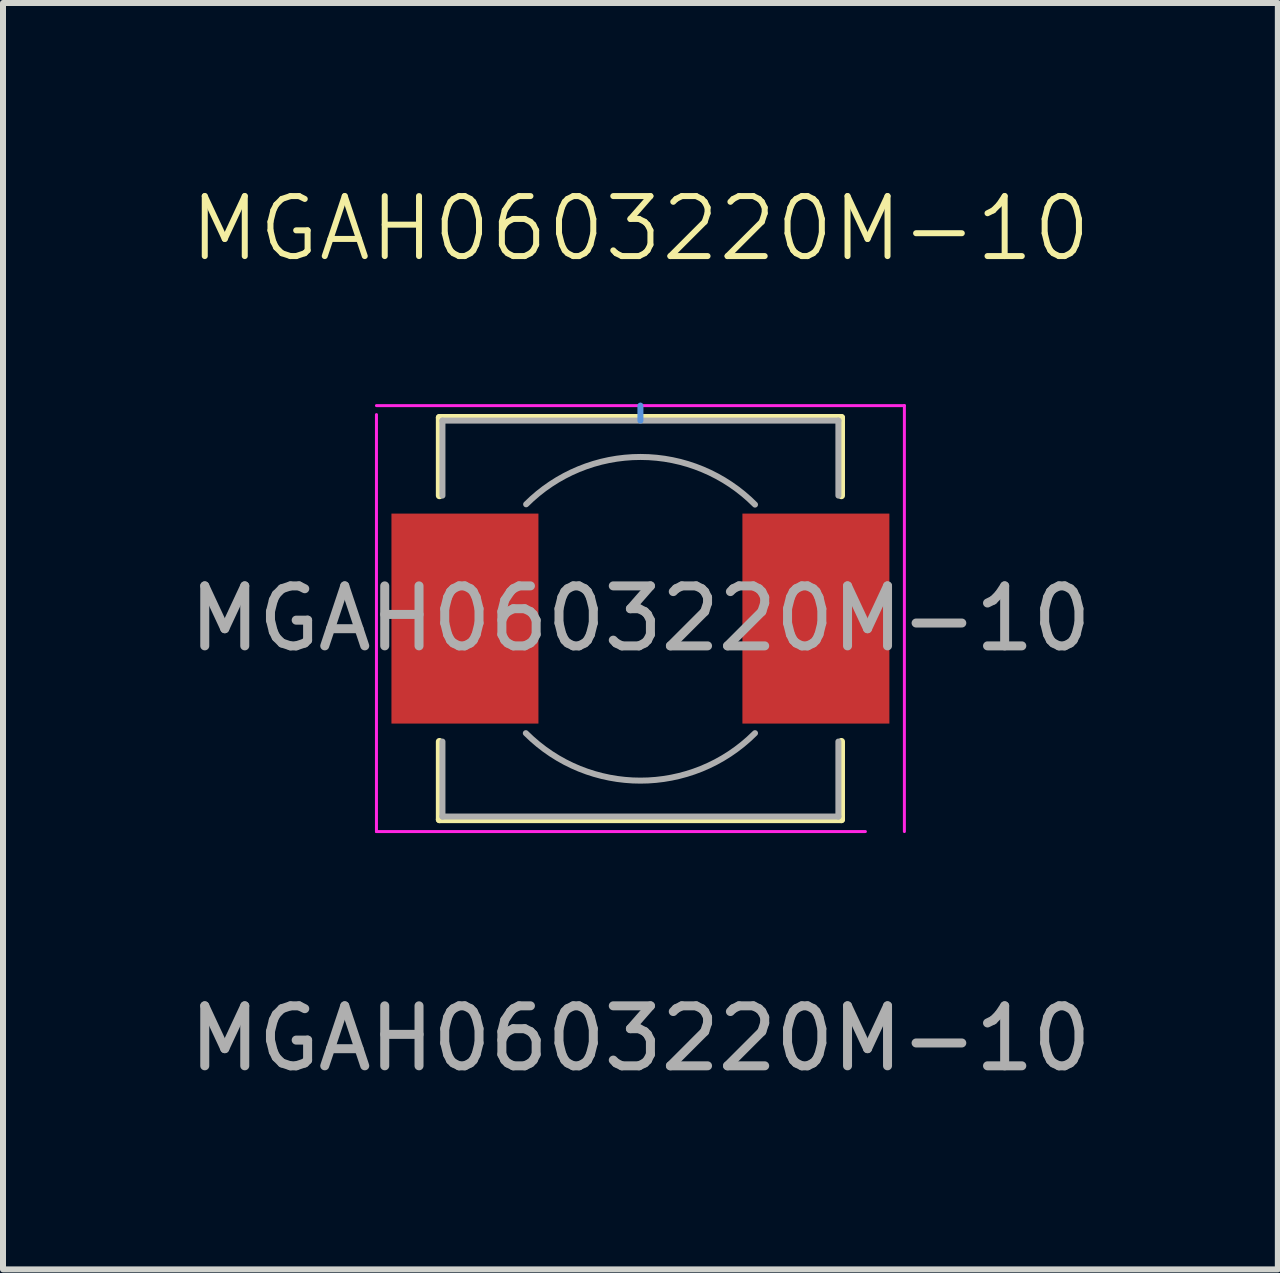
<source format=kicad_pcb>
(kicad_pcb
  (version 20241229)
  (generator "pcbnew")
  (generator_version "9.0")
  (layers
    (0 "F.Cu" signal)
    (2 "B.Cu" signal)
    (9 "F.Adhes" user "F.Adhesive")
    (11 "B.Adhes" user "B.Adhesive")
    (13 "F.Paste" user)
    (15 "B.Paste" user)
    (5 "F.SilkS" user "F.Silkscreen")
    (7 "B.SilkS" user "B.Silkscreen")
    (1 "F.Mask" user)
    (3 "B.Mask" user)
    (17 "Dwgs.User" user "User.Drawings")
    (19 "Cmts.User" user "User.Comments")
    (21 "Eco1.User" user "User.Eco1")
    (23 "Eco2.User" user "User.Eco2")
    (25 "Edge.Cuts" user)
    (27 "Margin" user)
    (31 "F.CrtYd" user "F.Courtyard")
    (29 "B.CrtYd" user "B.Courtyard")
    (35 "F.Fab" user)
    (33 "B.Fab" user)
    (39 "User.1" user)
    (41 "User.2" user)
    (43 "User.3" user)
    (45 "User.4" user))
  (footprint "MGAH0603220M-10"
    (layer "F.Cu")
    (at 7.625 7.261)
    (property "Reference" "MGAH0603220M-10" (at 0 -6.5 0) (unlocked yes) (layer "F.SilkS") (effects (font (size 1 1) (thickness 0.1))))
    (attr smd)
    (fp_line (start -3.35 -3.35) (end 3.35 -3.35) (stroke (width 0.12) (type solid)) (layer "F.SilkS"))
    (fp_line (start -3.35 -2.05) (end -3.35 -3.35) (stroke (width 0.12) (type solid)) (layer "F.SilkS"))
    (fp_line (start -3.35 3.35) (end -3.35 2.05) (stroke (width 0.12) (type solid)) (layer "F.SilkS"))
    (fp_line (start 3.35 -3.35) (end 3.35 -2.05) (stroke (width 0.12) (type solid)) (layer "F.SilkS"))
    (fp_line (start 3.35 2.05) (end 3.35 3.35) (stroke (width 0.12) (type solid)) (layer "F.SilkS"))
    (fp_line (start 3.35 3.35) (end -3.35 3.35) (stroke (width 0.12) (type solid)) (layer "F.SilkS"))
    (fp_line (start 0 -3.3) (end 0 -3.55) (stroke (width 0.1) (type default)) (layer "Cmts.User"))
    (fp_line (start -4.4 -3.4) (end -4.4 3.55) (stroke (width 0.05) (type solid)) (layer "F.CrtYd"))
    (fp_line (start -4.4 3.55) (end 3.75 3.55) (stroke (width 0.05) (type solid)) (layer "F.CrtYd"))
    (fp_line (start 4.4 -3.55) (end -4.4 -3.55) (stroke (width 0.05) (type solid)) (layer "F.CrtYd"))
    (fp_line (start 4.4 3.55) (end 4.4 -3.55) (stroke (width 0.05) (type solid)) (layer "F.CrtYd"))
    (fp_line (start -3.3 -3.3) (end -3.3 -2.05) (stroke (width 0.1) (type solid)) (layer "F.Fab"))
    (fp_line (start -3.3 -3.3) (end 3.3 -3.3) (stroke (width 0.1) (type solid)) (layer "F.Fab"))
    (fp_line (start -3.3 3.3) (end -3.3 2.05) (stroke (width 0.1) (type solid)) (layer "F.Fab"))
    (fp_line (start -3.3 3.3) (end 3.3 3.3) (stroke (width 0.1) (type solid)) (layer "F.Fab"))
    (fp_line (start 3.3 -3.3) (end 3.3 -2.05) (stroke (width 0.1) (type solid)) (layer "F.Fab"))
    (fp_line (start 3.3 3.3) (end 3.3 2.05) (stroke (width 0.1) (type solid)) (layer "F.Fab"))
    (fp_arc (start -1.905006 -1.905006) (mid 0.003536 -2.694083) (end 1.91 -1.9) (stroke (width 0.1) (type solid)) (layer "F.Fab"))
    (fp_arc (start 1.91 1.91) (mid 0 2.701148) (end -1.91 1.91) (stroke (width 0.1) (type solid)) (layer "F.Fab"))
    (fp_text user "${REFERENCE}" (at 0 7 0) (unlocked yes) (layer "F.Fab") (effects (font (size 1 1) (thickness 0.15))))
    (fp_text user "${REFERENCE}" (at 0 0 0) (layer "F.Fab") (effects (font (size 1 1) (thickness 0.15))))
    (pad "1" smd rect (at -2.925 0) (size 2.45 3.5) (layers "F.Cu" "F.Mask" "F.Paste"))
    (pad "2" smd rect (at 2.925 0) (size 2.45 3.5) (layers "F.Cu" "F.Mask" "F.Paste")))
  (gr_rect
    (start -3 -3)
    (end 18.25 18.109)
    (stroke (width 0.1) (type default))
    (fill no)
    (layer "Edge.Cuts")))
</source>
